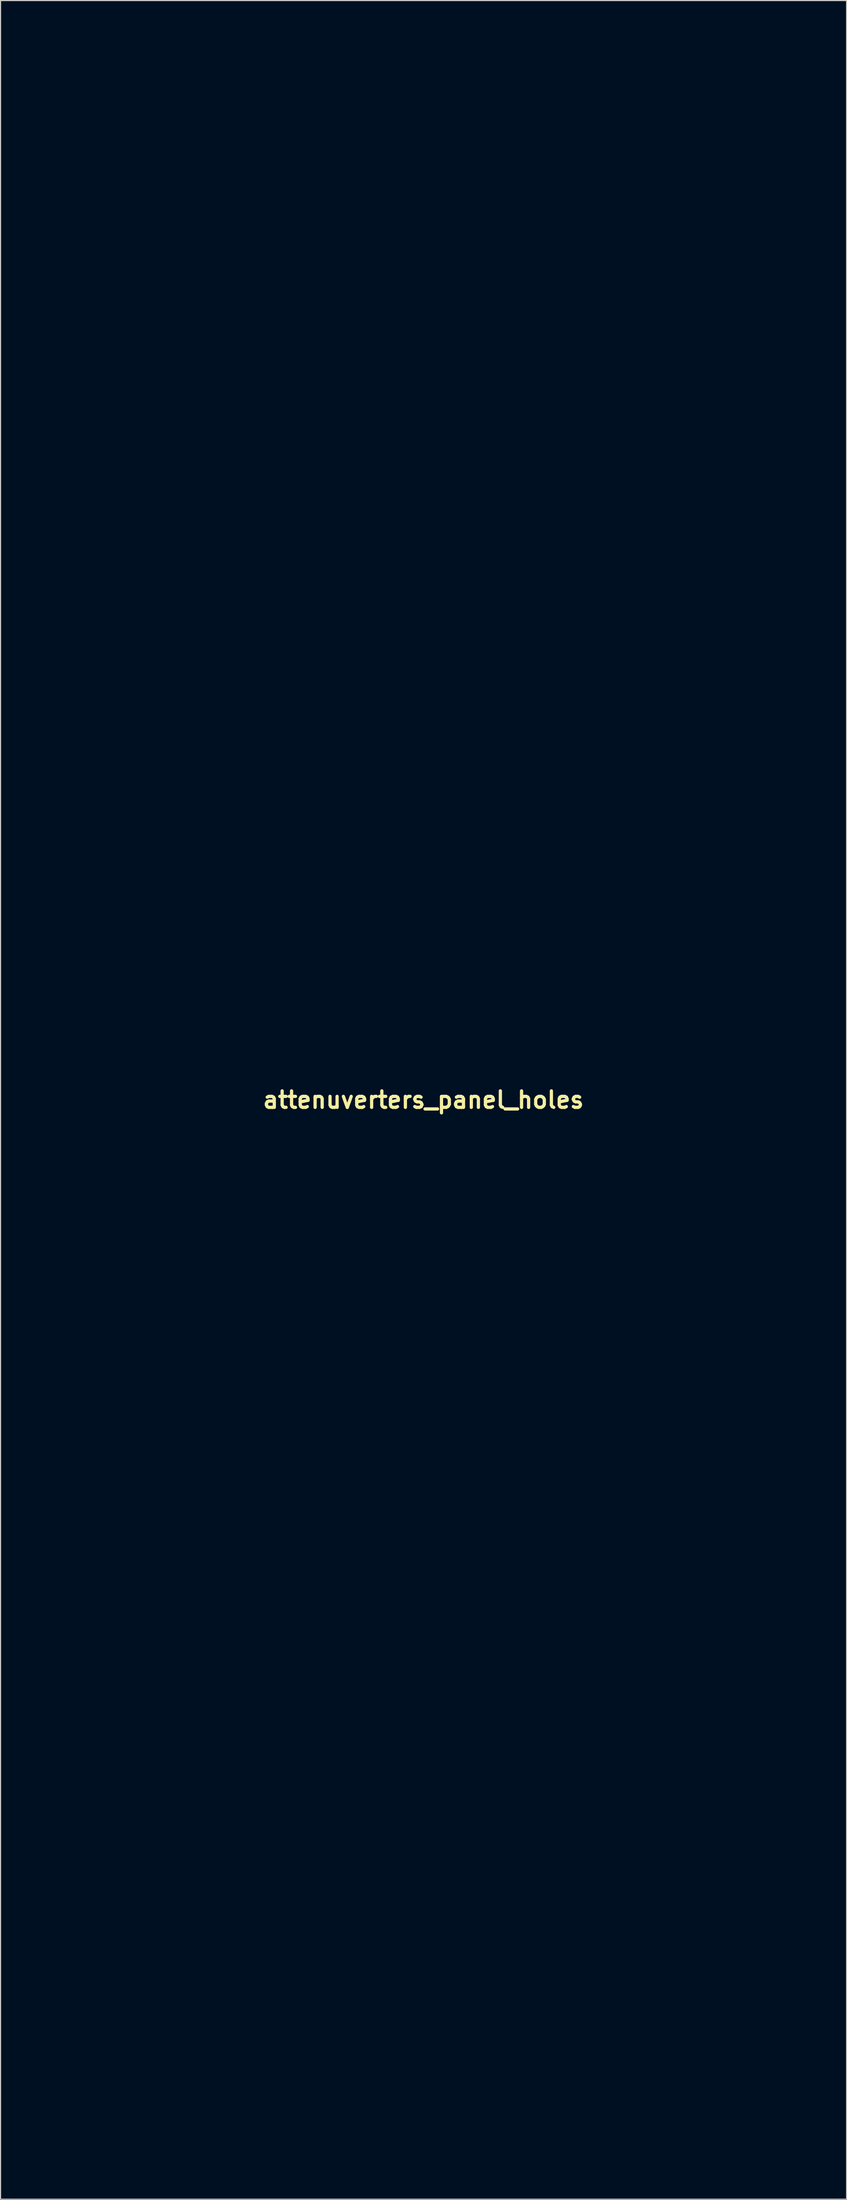
<source format=kicad_pcb>
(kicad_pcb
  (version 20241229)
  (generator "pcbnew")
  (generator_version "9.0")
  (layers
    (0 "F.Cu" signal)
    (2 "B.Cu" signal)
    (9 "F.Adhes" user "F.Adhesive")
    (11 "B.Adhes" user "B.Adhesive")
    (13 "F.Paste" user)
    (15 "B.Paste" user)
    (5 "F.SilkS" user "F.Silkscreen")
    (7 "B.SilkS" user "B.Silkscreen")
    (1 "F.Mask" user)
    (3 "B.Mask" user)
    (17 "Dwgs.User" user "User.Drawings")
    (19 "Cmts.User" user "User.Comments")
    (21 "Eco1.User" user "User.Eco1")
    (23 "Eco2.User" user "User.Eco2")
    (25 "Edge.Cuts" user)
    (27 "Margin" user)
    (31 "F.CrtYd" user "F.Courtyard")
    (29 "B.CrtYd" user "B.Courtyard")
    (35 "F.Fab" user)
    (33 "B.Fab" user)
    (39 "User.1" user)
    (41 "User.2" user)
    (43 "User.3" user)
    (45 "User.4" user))
  (footprint "attenuverters_panel_holes"
    (layer "F.Cu")
    (at 36.098 98.608)
    (property "Reference" "attenuverters_panel_holes" (at 0 0 0) (layer "F.SilkS") (effects (font (size 1.524 1.524) (thickness 0.3))))
    (attr through_hole)
    (fp_poly (pts (xy -23.952 1.143) (xy -26.035 1.143) (xy -26.022 -71.133) (xy -23.952 -71.146) (xy -23.952 1.143)) (stroke (width 0.01) (type solid)) (fill no) (layer "Eco1.User"))
    (fp_poly (pts (xy 1.041 1.143) (xy -1.016 1.143) (xy -1.016 -71.145) (xy 1.041 -71.145) (xy 1.041 1.143)) (stroke (width 0.01) (type solid)) (fill no) (layer "Eco1.User"))
    (fp_poly (pts (xy 26.048 -71.133) (xy 26.054 -34.995) (xy 26.06 1.143) (xy 23.978 1.143) (xy 23.978 -71.146) (xy 26.048 -71.133)) (stroke (width 0.01) (type solid)) (fill no) (layer "Eco1.User"))
    (fp_poly (pts (xy -24.905 -76.598) (xy -24.621 -76.557) (xy -24.356 -76.471) (xy -24.115 -76.342) (xy -23.9 -76.172) (xy -23.716 -75.964) (xy -23.564 -75.722) (xy -23.476 -75.52) (xy -23.43 -75.354) (xy -23.403 -75.159) (xy -23.396 -74.955) (xy -23.408 -74.76) (xy -23.429 -74.645) (xy -23.515 -74.384) (xy -23.643 -74.144) (xy -23.809 -73.928) (xy -24.008 -73.742) (xy -24.233 -73.593) (xy -24.48 -73.484) (xy -24.614 -73.445) (xy -24.767 -73.421) (xy -24.946 -73.41) (xy -25.131 -73.414) (xy -25.301 -73.43) (xy -25.383 -73.446) (xy -25.581 -73.513) (xy -25.784 -73.616) (xy -25.974 -73.745) (xy -26.108 -73.862) (xy -26.297 -74.082) (xy -26.438 -74.318) (xy -26.533 -74.574) (xy -26.581 -74.851) (xy -26.586 -74.917) (xy -26.579 -75.133) (xy -25.984 -75.133) (xy -25.984 -74.879) (xy -25.121 -74.879) (xy -25.121 -74.016) (xy -24.867 -74.016) (xy -24.867 -74.879) (xy -24.003 -74.879) (xy -24.003 -75.133) (xy -24.867 -75.133) (xy -24.867 -75.997) (xy -25.121 -75.997) (xy -25.121 -75.133) (xy -25.984 -75.133) (xy -26.579 -75.133) (xy -26.578 -75.196) (xy -26.523 -75.46) (xy -26.427 -75.707) (xy -26.293 -75.932) (xy -26.126 -76.131) (xy -25.929 -76.3) (xy -25.705 -76.435) (xy -25.46 -76.533) (xy -25.197 -76.589) (xy -24.92 -76.599) (xy -24.905 -76.598)) (stroke (width 0.01) (type solid)) (fill no) (layer "Eco1.User"))
    (fp_poly (pts (xy 25.161 -76.591) (xy 25.267 -76.585) (xy 25.351 -76.575) (xy 25.429 -76.556) (xy 25.515 -76.528) (xy 25.523 -76.525) (xy 25.754 -76.424) (xy 25.955 -76.297) (xy 26.141 -76.134) (xy 26.144 -76.131) (xy 26.329 -75.914) (xy 26.468 -75.679) (xy 26.546 -75.484) (xy 26.588 -75.301) (xy 26.609 -75.091) (xy 26.607 -74.874) (xy 26.583 -74.669) (xy 26.55 -74.536) (xy 26.446 -74.286) (xy 26.301 -74.057) (xy 26.122 -73.853) (xy 25.914 -73.681) (xy 25.684 -73.546) (xy 25.437 -73.455) (xy 25.397 -73.445) (xy 25.248 -73.421) (xy 25.072 -73.411) (xy 24.89 -73.413) (xy 24.723 -73.429) (xy 24.633 -73.445) (xy 24.376 -73.533) (xy 24.138 -73.666) (xy 23.923 -73.839) (xy 23.738 -74.047) (xy 23.588 -74.287) (xy 23.581 -74.3) (xy 23.498 -74.494) (xy 23.447 -74.685) (xy 23.424 -74.891) (xy 23.426 -75.082) (xy 23.432 -75.133) (xy 24.028 -75.133) (xy 24.028 -74.879) (xy 24.892 -74.879) (xy 24.892 -74.016) (xy 25.146 -74.016) (xy 25.146 -74.879) (xy 26.01 -74.879) (xy 26.01 -75.133) (xy 25.146 -75.133) (xy 25.146 -75.997) (xy 24.892 -75.997) (xy 24.892 -75.133) (xy 24.028 -75.133) (xy 23.432 -75.133) (xy 23.46 -75.362) (xy 23.537 -75.617) (xy 23.66 -75.851) (xy 23.83 -76.069) (xy 23.892 -76.134) (xy 24.083 -76.299) (xy 24.288 -76.427) (xy 24.515 -76.525) (xy 24.602 -76.554) (xy 24.68 -76.573) (xy 24.764 -76.585) (xy 24.867 -76.59) (xy 25.006 -76.592) (xy 25.019 -76.592) (xy 25.161 -76.591)) (stroke (width 0.01) (type solid)) (fill no) (layer "Eco1.User"))
    (fp_poly (pts (xy -24.326 70.046) (xy -23.867 70.129) (xy -23.414 70.256) (xy -22.97 70.428) (xy -22.538 70.644) (xy -22.122 70.906) (xy -21.812 71.141) (xy -21.669 71.266) (xy -21.509 71.419) (xy -21.345 71.588) (xy -21.188 71.761) (xy -21.051 71.923) (xy -20.993 71.997) (xy -20.716 72.407) (xy -20.479 72.846) (xy -20.286 73.308) (xy -20.138 73.79) (xy -20.06 74.143) (xy -20.035 74.32) (xy -20.017 74.532) (xy -20.006 74.767) (xy -20.002 75.012) (xy -20.005 75.255) (xy -20.015 75.482) (xy -20.032 75.681) (xy -20.05 75.806) (xy -20.149 76.259) (xy -20.277 76.678) (xy -20.438 77.073) (xy -20.636 77.457) (xy -20.84 77.787) (xy -21.132 78.181) (xy -21.46 78.54) (xy -21.819 78.865) (xy -22.207 79.152) (xy -22.62 79.401) (xy -23.055 79.61) (xy -23.507 79.776) (xy -23.973 79.899) (xy -24.45 79.977) (xy -24.933 80.007) (xy -25.42 79.989) (xy -25.489 79.982) (xy -25.984 79.906) (xy -26.462 79.783) (xy -26.923 79.615) (xy -27.361 79.405) (xy -27.776 79.154) (xy -28.164 78.865) (xy -28.522 78.541) (xy -28.849 78.182) (xy -29.14 77.792) (xy -29.394 77.372) (xy -29.607 76.925) (xy -29.741 76.568) (xy -29.873 76.09) (xy -29.957 75.605) (xy -29.992 75.116) (xy -29.986 74.879) (xy -27.483 74.879) (xy -27.483 75.133) (xy -25.121 75.133) (xy -25.121 77.495) (xy -24.867 77.495) (xy -24.867 75.133) (xy -22.504 75.133) (xy -22.504 74.879) (xy -24.867 74.879) (xy -24.867 72.517) (xy -25.121 72.517) (xy -25.121 74.879) (xy -27.483 74.879) (xy -29.986 74.879) (xy -29.979 74.627) (xy -29.919 74.142) (xy -29.812 73.666) (xy -29.658 73.201) (xy -29.459 72.752) (xy -29.214 72.322) (xy -29.197 72.296) (xy -28.904 71.89) (xy -28.581 71.522) (xy -28.23 71.193) (xy -27.855 70.903) (xy -27.457 70.652) (xy -27.041 70.442) (xy -26.609 70.271) (xy -26.165 70.142) (xy -25.712 70.055) (xy -25.252 70.009) (xy -24.789 70.006) (xy -24.326 70.046)) (stroke (width 0.01) (type solid)) (fill no) (layer "Eco1.User"))
    (fp_poly (pts (xy 25.524 20.024) (xy 26.019 20.099) (xy 26.303 20.165) (xy 26.771 20.314) (xy 27.22 20.508) (xy 27.645 20.745) (xy 28.045 21.021) (xy 28.416 21.334) (xy 28.756 21.681) (xy 29.061 22.06) (xy 29.328 22.467) (xy 29.556 22.9) (xy 29.74 23.356) (xy 29.766 23.433) (xy 29.9 23.921) (xy 29.983 24.415) (xy 30.017 24.912) (xy 30.001 25.409) (xy 29.936 25.902) (xy 29.821 26.39) (xy 29.657 26.868) (xy 29.618 26.964) (xy 29.405 27.404) (xy 29.15 27.818) (xy 28.857 28.203) (xy 28.529 28.558) (xy 28.168 28.88) (xy 27.778 29.166) (xy 27.363 29.414) (xy 26.925 29.622) (xy 26.469 29.787) (xy 25.996 29.907) (xy 25.59 29.971) (xy 25.393 29.987) (xy 25.163 29.994) (xy 24.919 29.993) (xy 24.676 29.985) (xy 24.452 29.968) (xy 24.282 29.948) (xy 23.784 29.846) (xy 23.301 29.696) (xy 22.836 29.5) (xy 22.392 29.257) (xy 21.972 28.97) (xy 21.958 28.96) (xy 21.842 28.864) (xy 21.705 28.741) (xy 21.556 28.6) (xy 21.409 28.453) (xy 21.272 28.311) (xy 21.159 28.183) (xy 21.126 28.143) (xy 20.83 27.738) (xy 20.579 27.31) (xy 20.374 26.863) (xy 20.214 26.399) (xy 20.101 25.922) (xy 20.036 25.434) (xy 20.018 24.938) (xy 20.023 24.867) (xy 22.53 24.867) (xy 22.53 25.12) (xy 24.879 25.133) (xy 24.893 27.508) (xy 25.146 27.508) (xy 25.146 25.121) (xy 27.508 25.121) (xy 27.508 24.867) (xy 25.146 24.867) (xy 25.146 22.504) (xy 24.892 22.504) (xy 24.892 24.867) (xy 22.53 24.867) (xy 20.023 24.867) (xy 20.049 24.437) (xy 20.129 23.933) (xy 20.171 23.749) (xy 20.3 23.323) (xy 20.475 22.9) (xy 20.694 22.488) (xy 20.95 22.094) (xy 21.242 21.725) (xy 21.487 21.463) (xy 21.861 21.125) (xy 22.261 20.83) (xy 22.684 20.578) (xy 23.127 20.37) (xy 23.586 20.208) (xy 24.059 20.091) (xy 24.541 20.021) (xy 25.031 19.998) (xy 25.524 20.024)) (stroke (width 0.01) (type solid)) (fill no) (layer "Eco1.User"))
    (fp_poly (pts (xy -24.747 46.515) (xy -24.546 46.53) (xy -24.408 46.548) (xy -24.005 46.641) (xy -23.623 46.779) (xy -23.264 46.957) (xy -22.931 47.173) (xy -22.625 47.423) (xy -22.351 47.706) (xy -22.11 48.016) (xy -21.905 48.352) (xy -21.738 48.71) (xy -21.612 49.086) (xy -21.53 49.479) (xy -21.493 49.883) (xy -21.496 50.149) (xy -21.522 50.471) (xy -21.573 50.766) (xy -21.652 51.057) (xy -21.671 51.115) (xy -21.825 51.496) (xy -22.023 51.855) (xy -22.262 52.189) (xy -22.537 52.494) (xy -22.847 52.766) (xy -23.186 53.001) (xy -23.553 53.195) (xy -23.627 53.228) (xy -23.806 53.296) (xy -24.01 53.36) (xy -24.22 53.415) (xy -24.421 53.455) (xy -24.594 53.478) (xy -24.603 53.479) (xy -24.717 53.488) (xy -24.829 53.496) (xy -24.914 53.502) (xy -24.917 53.502) (xy -24.997 53.504) (xy -25.106 53.501) (xy -25.226 53.494) (xy -25.26 53.491) (xy -25.499 53.466) (xy -25.712 53.429) (xy -25.923 53.377) (xy -26.06 53.335) (xy -26.439 53.188) (xy -26.797 52.998) (xy -27.131 52.767) (xy -27.437 52.499) (xy -27.711 52.199) (xy -27.949 51.871) (xy -28.148 51.517) (xy -28.303 51.143) (xy -28.329 51.063) (xy -28.393 50.841) (xy -28.438 50.634) (xy -28.467 50.426) (xy -28.481 50.198) (xy -28.484 50) (xy -28.482 49.86) (xy -27.483 49.86) (xy -27.483 50.14) (xy -25.121 50.14) (xy -25.121 52.502) (xy -24.867 52.502) (xy -24.867 50.14) (xy -22.504 50.14) (xy -22.504 49.86) (xy -24.867 49.86) (xy -24.867 47.498) (xy -25.121 47.498) (xy -25.121 49.86) (xy -27.483 49.86) (xy -28.482 49.86) (xy -28.48 49.774) (xy -28.47 49.587) (xy -28.45 49.43) (xy -28.439 49.368) (xy -28.332 48.952) (xy -28.181 48.559) (xy -27.989 48.193) (xy -27.759 47.856) (xy -27.493 47.55) (xy -27.193 47.278) (xy -26.862 47.042) (xy -26.502 46.844) (xy -26.117 46.688) (xy -25.707 46.574) (xy -25.556 46.545) (xy -25.387 46.524) (xy -25.185 46.512) (xy -24.966 46.509) (xy -24.747 46.515)) (stroke (width 0.01) (type solid)) (fill no) (layer "Eco1.User"))
    (fp_poly (pts (xy -24.397 20.034) (xy -23.897 20.12) (xy -23.744 20.156) (xy -23.282 20.299) (xy -22.834 20.488) (xy -22.404 20.721) (xy -21.999 20.994) (xy -21.622 21.304) (xy -21.279 21.648) (xy -21.031 21.946) (xy -20.741 22.367) (xy -20.498 22.807) (xy -20.301 23.264) (xy -20.152 23.736) (xy -20.051 24.22) (xy -19.999 24.713) (xy -19.996 25.214) (xy -20.042 25.72) (xy -20.094 26.022) (xy -20.203 26.448) (xy -20.356 26.875) (xy -20.55 27.293) (xy -20.779 27.694) (xy -21.039 28.066) (xy -21.1 28.143) (xy -21.203 28.262) (xy -21.332 28.401) (xy -21.477 28.548) (xy -21.626 28.692) (xy -21.769 28.823) (xy -21.894 28.929) (xy -21.933 28.96) (xy -22.351 29.248) (xy -22.79 29.491) (xy -23.253 29.689) (xy -23.741 29.843) (xy -24.156 29.936) (xy -24.293 29.955) (xy -24.469 29.97) (xy -24.671 29.981) (xy -24.888 29.987) (xy -25.107 29.988) (xy -25.316 29.984) (xy -25.504 29.975) (xy -25.657 29.961) (xy -25.676 29.958) (xy -26.167 29.864) (xy -26.639 29.723) (xy -27.091 29.539) (xy -27.52 29.314) (xy -27.924 29.05) (xy -28.299 28.75) (xy -28.643 28.416) (xy -28.954 28.05) (xy -29.23 27.654) (xy -29.467 27.232) (xy -29.664 26.785) (xy -29.817 26.315) (xy -29.895 25.987) (xy -29.969 25.495) (xy -29.994 25.007) (xy -29.988 24.867) (xy -27.483 24.867) (xy -27.483 25.121) (xy -25.121 25.121) (xy -25.121 27.508) (xy -24.867 27.508) (xy -24.867 25.121) (xy -22.504 25.121) (xy -22.504 24.867) (xy -24.867 24.867) (xy -24.867 22.504) (xy -25.121 22.504) (xy -25.121 24.867) (xy -27.483 24.867) (xy -29.988 24.867) (xy -29.972 24.524) (xy -29.903 24.05) (xy -29.79 23.588) (xy -29.635 23.14) (xy -29.438 22.71) (xy -29.201 22.3) (xy -28.926 21.914) (xy -28.616 21.554) (xy -28.27 21.224) (xy -27.891 20.926) (xy -27.48 20.664) (xy -27.04 20.439) (xy -26.853 20.36) (xy -26.373 20.194) (xy -25.887 20.079) (xy -25.394 20.014) (xy -24.897 19.999) (xy -24.397 20.034)) (stroke (width 0.01) (type solid)) (fill no) (layer "Eco1.User"))
    (fp_poly (pts (xy 25.283 70.01) (xy 25.785 70.06) (xy 26.045 70.106) (xy 26.511 70.226) (xy 26.964 70.393) (xy 27.4 70.604) (xy 27.814 70.858) (xy 28.204 71.151) (xy 28.564 71.48) (xy 28.891 71.843) (xy 29.173 72.225) (xy 29.43 72.654) (xy 29.639 73.096) (xy 29.802 73.547) (xy 29.919 74.006) (xy 29.991 74.469) (xy 30.019 74.933) (xy 30.004 75.395) (xy 29.946 75.852) (xy 29.847 76.301) (xy 29.707 76.739) (xy 29.527 77.163) (xy 29.308 77.571) (xy 29.05 77.958) (xy 28.755 78.323) (xy 28.424 78.662) (xy 28.057 78.972) (xy 27.654 79.25) (xy 27.218 79.493) (xy 27.147 79.527) (xy 26.709 79.71) (xy 26.248 79.849) (xy 25.773 79.946) (xy 25.291 79.997) (xy 24.809 80.002) (xy 24.511 79.981) (xy 24.029 79.906) (xy 23.551 79.781) (xy 23.08 79.607) (xy 22.771 79.464) (xy 22.331 79.215) (xy 21.924 78.929) (xy 21.551 78.607) (xy 21.214 78.251) (xy 20.915 77.864) (xy 20.654 77.447) (xy 20.434 77.003) (xy 20.256 76.533) (xy 20.122 76.041) (xy 20.062 75.73) (xy 20.045 75.585) (xy 20.034 75.401) (xy 20.028 75.191) (xy 20.029 74.966) (xy 20.031 74.879) (xy 22.53 74.879) (xy 22.53 75.133) (xy 24.892 75.133) (xy 24.892 77.495) (xy 25.146 77.495) (xy 25.146 75.133) (xy 27.508 75.133) (xy 27.508 74.879) (xy 25.146 74.879) (xy 25.146 72.517) (xy 24.892 72.517) (xy 24.892 74.879) (xy 22.53 74.879) (xy 20.031 74.879) (xy 20.034 74.74) (xy 20.045 74.523) (xy 20.061 74.329) (xy 20.081 74.168) (xy 20.086 74.143) (xy 20.202 73.646) (xy 20.366 73.165) (xy 20.575 72.704) (xy 20.829 72.266) (xy 21.017 71.996) (xy 21.117 71.873) (xy 21.246 71.728) (xy 21.394 71.571) (xy 21.553 71.412) (xy 21.711 71.26) (xy 21.859 71.127) (xy 21.987 71.021) (xy 22.009 71.005) (xy 22.429 70.723) (xy 22.87 70.487) (xy 23.329 70.296) (xy 23.803 70.153) (xy 24.289 70.057) (xy 24.783 70.009) (xy 25.283 70.01)) (stroke (width 0.01) (type solid)) (fill no) (layer "Eco1.User"))
    (fp_poly (pts (xy 34.12 95.406) (xy 34.295 95.407) (xy 34.439 95.409) (xy 34.555 95.412) (xy 34.649 95.416) (xy 34.723 95.42) (xy 34.782 95.426) (xy 34.83 95.434) (xy 34.863 95.44) (xy 35.128 95.524) (xy 35.371 95.65) (xy 35.586 95.813) (xy 35.77 96.009) (xy 35.919 96.232) (xy 36.029 96.478) (xy 36.097 96.742) (xy 36.119 97.003) (xy 36.095 97.282) (xy 36.024 97.547) (xy 35.911 97.792) (xy 35.758 98.013) (xy 35.57 98.207) (xy 35.351 98.367) (xy 35.102 98.49) (xy 34.906 98.554) (xy 34.864 98.564) (xy 34.821 98.572) (xy 34.773 98.579) (xy 34.715 98.585) (xy 34.642 98.59) (xy 34.552 98.594) (xy 34.439 98.597) (xy 34.3 98.598) (xy 34.131 98.6) (xy 33.927 98.6) (xy 33.683 98.6) (xy 33.397 98.6) (xy 33.111 98.599) (xy 32.829 98.599) (xy 32.56 98.598) (xy 32.31 98.596) (xy 32.083 98.595) (xy 31.883 98.593) (xy 31.715 98.591) (xy 31.584 98.589) (xy 31.493 98.588) (xy 31.448 98.586) (xy 31.445 98.585) (xy 31.308 98.551) (xy 31.148 98.494) (xy 30.986 98.421) (xy 30.962 98.409) (xy 30.737 98.264) (xy 30.537 98.078) (xy 30.367 97.857) (xy 30.234 97.607) (xy 30.217 97.566) (xy 30.185 97.487) (xy 30.164 97.421) (xy 30.15 97.355) (xy 30.142 97.279) (xy 30.139 97.179) (xy 30.138 97.043) (xy 30.138 97.003) (xy 30.138 96.856) (xy 30.141 96.749) (xy 30.147 96.667) (xy 30.16 96.6) (xy 30.179 96.535) (xy 30.208 96.46) (xy 30.217 96.439) (xy 30.347 96.178) (xy 30.512 95.952) (xy 30.715 95.76) (xy 30.956 95.6) (xy 31.235 95.472) (xy 31.265 95.46) (xy 31.296 95.451) (xy 31.331 95.443) (xy 31.373 95.436) (xy 31.428 95.43) (xy 31.499 95.426) (xy 31.59 95.422) (xy 31.705 95.419) (xy 31.848 95.416) (xy 32.023 95.414) (xy 32.234 95.412) (xy 32.485 95.411) (xy 32.779 95.409) (xy 33.033 95.408) (xy 33.371 95.407) (xy 33.662 95.406) (xy 33.911 95.405) (xy 34.12 95.406)) (stroke (width 0.01) (type solid)) (fill no) (layer "Eco1.User"))
    (fp_poly (pts (xy -32.03 -98.599) (xy -31.846 -98.597) (xy -31.692 -98.593) (xy -31.563 -98.587) (xy -31.457 -98.579) (xy -31.368 -98.568) (xy -31.293 -98.554) (xy -31.227 -98.537) (xy -31.167 -98.516) (xy -31.108 -98.49) (xy -31.046 -98.461) (xy -30.976 -98.427) (xy -30.975 -98.426) (xy -30.745 -98.286) (xy -30.54 -98.107) (xy -30.368 -97.897) (xy -30.234 -97.663) (xy -30.174 -97.509) (xy -30.146 -97.416) (xy -30.128 -97.329) (xy -30.117 -97.234) (xy -30.113 -97.114) (xy -30.112 -97.003) (xy -30.12 -96.776) (xy -30.149 -96.583) (xy -30.203 -96.41) (xy -30.284 -96.242) (xy -30.359 -96.122) (xy -30.524 -95.912) (xy -30.717 -95.737) (xy -30.944 -95.591) (xy -31.21 -95.471) (xy -31.24 -95.46) (xy -31.27 -95.451) (xy -31.304 -95.443) (xy -31.346 -95.436) (xy -31.4 -95.43) (xy -31.47 -95.426) (xy -31.56 -95.422) (xy -31.673 -95.419) (xy -31.814 -95.417) (xy -31.987 -95.415) (xy -32.195 -95.413) (xy -32.442 -95.412) (xy -32.733 -95.411) (xy -33.033 -95.41) (xy -33.367 -95.409) (xy -33.655 -95.408) (xy -33.901 -95.408) (xy -34.107 -95.408) (xy -34.279 -95.409) (xy -34.42 -95.411) (xy -34.534 -95.413) (xy -34.626 -95.417) (xy -34.699 -95.421) (xy -34.758 -95.427) (xy -34.805 -95.433) (xy -34.846 -95.441) (xy -34.885 -95.451) (xy -34.89 -95.452) (xy -35.153 -95.546) (xy -35.388 -95.679) (xy -35.593 -95.844) (xy -35.766 -96.038) (xy -35.904 -96.255) (xy -36.006 -96.491) (xy -36.069 -96.74) (xy -36.092 -96.997) (xy -36.073 -97.257) (xy -36.008 -97.516) (xy -35.897 -97.768) (xy -35.872 -97.813) (xy -35.719 -98.026) (xy -35.527 -98.216) (xy -35.305 -98.377) (xy -35.063 -98.501) (xy -34.976 -98.534) (xy -34.942 -98.545) (xy -34.908 -98.554) (xy -34.871 -98.563) (xy -34.827 -98.57) (xy -34.77 -98.575) (xy -34.698 -98.58) (xy -34.607 -98.584) (xy -34.492 -98.587) (xy -34.349 -98.589) (xy -34.175 -98.591) (xy -33.965 -98.593) (xy -33.716 -98.595) (xy -33.423 -98.596) (xy -33.151 -98.597) (xy -32.805 -98.599) (xy -32.505 -98.6) (xy -32.249 -98.6) (xy -32.03 -98.599)) (stroke (width 0.01) (type solid)) (fill no) (layer "Eco1.User"))
    (fp_poly (pts (xy -32.442 95.415) (xy -32.187 95.416) (xy -31.971 95.417) (xy -31.789 95.419) (xy -31.638 95.423) (xy -31.512 95.429) (xy -31.409 95.437) (xy -31.324 95.447) (xy -31.253 95.46) (xy -31.192 95.477) (xy -31.137 95.497) (xy -31.083 95.52) (xy -31.027 95.549) (xy -30.965 95.581) (xy -30.935 95.597) (xy -30.72 95.735) (xy -30.526 95.913) (xy -30.36 96.121) (xy -30.231 96.35) (xy -30.174 96.496) (xy -30.146 96.589) (xy -30.128 96.676) (xy -30.117 96.772) (xy -30.113 96.892) (xy -30.112 97.003) (xy -30.12 97.229) (xy -30.149 97.422) (xy -30.203 97.595) (xy -30.284 97.763) (xy -30.359 97.883) (xy -30.524 98.093) (xy -30.717 98.268) (xy -30.944 98.414) (xy -31.21 98.534) (xy -31.24 98.545) (xy -31.27 98.554) (xy -31.304 98.562) (xy -31.346 98.569) (xy -31.4 98.575) (xy -31.47 98.579) (xy -31.56 98.583) (xy -31.673 98.586) (xy -31.814 98.588) (xy -31.987 98.59) (xy -32.195 98.592) (xy -32.442 98.593) (xy -32.733 98.594) (xy -33.033 98.595) (xy -33.367 98.596) (xy -33.655 98.597) (xy -33.901 98.597) (xy -34.107 98.597) (xy -34.279 98.596) (xy -34.42 98.594) (xy -34.534 98.592) (xy -34.626 98.588) (xy -34.699 98.584) (xy -34.758 98.579) (xy -34.805 98.572) (xy -34.846 98.564) (xy -34.885 98.554) (xy -34.89 98.553) (xy -35.154 98.459) (xy -35.389 98.327) (xy -35.594 98.161) (xy -35.766 97.967) (xy -35.904 97.75) (xy -36.006 97.514) (xy -36.07 97.265) (xy -36.093 97.008) (xy -36.073 96.748) (xy -36.008 96.489) (xy -35.897 96.237) (xy -35.872 96.192) (xy -35.718 95.977) (xy -35.525 95.787) (xy -35.303 95.627) (xy -35.062 95.507) (xy -34.963 95.471) (xy -34.927 95.46) (xy -34.892 95.451) (xy -34.854 95.443) (xy -34.809 95.436) (xy -34.753 95.43) (xy -34.682 95.426) (xy -34.592 95.422) (xy -34.48 95.42) (xy -34.34 95.418) (xy -34.17 95.417) (xy -33.964 95.416) (xy -33.721 95.415) (xy -33.434 95.415) (xy -33.101 95.415) (xy -33.084 95.415) (xy -32.739 95.415) (xy -32.442 95.415)) (stroke (width 0.01) (type solid)) (fill no) (layer "Eco1.User"))
    (fp_poly (pts (xy 33.44 -98.603) (xy 33.72 -98.602) (xy 33.958 -98.602) (xy 34.157 -98.601) (xy 34.322 -98.599) (xy 34.458 -98.597) (xy 34.567 -98.593) (xy 34.655 -98.589) (xy 34.725 -98.584) (xy 34.782 -98.578) (xy 34.83 -98.571) (xy 34.873 -98.562) (xy 34.906 -98.554) (xy 35.177 -98.459) (xy 35.422 -98.323) (xy 35.635 -98.149) (xy 35.815 -97.941) (xy 35.957 -97.701) (xy 36.058 -97.433) (xy 36.07 -97.39) (xy 36.115 -97.117) (xy 36.112 -96.848) (xy 36.064 -96.587) (xy 35.974 -96.34) (xy 35.845 -96.112) (xy 35.68 -95.906) (xy 35.483 -95.729) (xy 35.255 -95.585) (xy 34.999 -95.478) (xy 34.906 -95.452) (xy 34.865 -95.442) (xy 34.822 -95.433) (xy 34.773 -95.426) (xy 34.715 -95.42) (xy 34.643 -95.415) (xy 34.553 -95.411) (xy 34.441 -95.409) (xy 34.302 -95.407) (xy 34.133 -95.406) (xy 33.929 -95.405) (xy 33.686 -95.405) (xy 33.4 -95.405) (xy 33.111 -95.406) (xy 32.829 -95.407) (xy 32.56 -95.408) (xy 32.31 -95.409) (xy 32.083 -95.41) (xy 31.883 -95.412) (xy 31.715 -95.414) (xy 31.584 -95.416) (xy 31.493 -95.418) (xy 31.448 -95.42) (xy 31.445 -95.42) (xy 31.308 -95.454) (xy 31.148 -95.511) (xy 30.986 -95.584) (xy 30.962 -95.596) (xy 30.737 -95.741) (xy 30.537 -95.927) (xy 30.367 -96.148) (xy 30.234 -96.398) (xy 30.217 -96.439) (xy 30.185 -96.518) (xy 30.164 -96.585) (xy 30.15 -96.65) (xy 30.142 -96.727) (xy 30.139 -96.827) (xy 30.138 -96.962) (xy 30.138 -97.003) (xy 30.138 -97.149) (xy 30.141 -97.257) (xy 30.147 -97.338) (xy 30.16 -97.405) (xy 30.179 -97.47) (xy 30.208 -97.545) (xy 30.217 -97.566) (xy 30.349 -97.829) (xy 30.518 -98.058) (xy 30.723 -98.252) (xy 30.962 -98.409) (xy 30.988 -98.422) (xy 31.056 -98.457) (xy 31.117 -98.487) (xy 31.177 -98.513) (xy 31.238 -98.534) (xy 31.306 -98.552) (xy 31.385 -98.567) (xy 31.477 -98.578) (xy 31.589 -98.587) (xy 31.724 -98.593) (xy 31.886 -98.597) (xy 32.079 -98.6) (xy 32.308 -98.602) (xy 32.577 -98.603) (xy 32.89 -98.603) (xy 33.113 -98.603) (xy 33.44 -98.603)) (stroke (width 0.01) (type solid)) (fill no) (layer "Eco1.User"))
    (fp_poly (pts (xy 0.165 45.016) (xy 0.367 45.023) (xy 0.53 45.03) (xy 0.666 45.041) (xy 0.786 45.055) (xy 0.903 45.075) (xy 1.004 45.095) (xy 1.5 45.225) (xy 1.973 45.4) (xy 2.422 45.619) (xy 2.846 45.882) (xy 3.244 46.188) (xy 3.545 46.467) (xy 3.889 46.847) (xy 4.188 47.25) (xy 4.442 47.676) (xy 4.651 48.125) (xy 4.814 48.597) (xy 4.932 49.091) (xy 4.966 49.29) (xy 4.988 49.493) (xy 5.002 49.73) (xy 5.007 49.985) (xy 5.003 50.24) (xy 4.99 50.48) (xy 4.969 50.688) (xy 4.966 50.71) (xy 4.866 51.213) (xy 4.719 51.695) (xy 4.528 52.156) (xy 4.291 52.593) (xy 4.01 53.007) (xy 3.685 53.394) (xy 3.635 53.448) (xy 3.274 53.791) (xy 2.883 54.095) (xy 2.467 54.357) (xy 2.029 54.577) (xy 1.572 54.753) (xy 1.101 54.883) (xy 0.617 54.967) (xy 0.126 55.003) (xy -0.356 54.99) (xy -0.851 54.928) (xy -1.331 54.819) (xy -1.792 54.666) (xy -2.232 54.471) (xy -2.648 54.236) (xy -3.039 53.963) (xy -3.401 53.656) (xy -3.733 53.315) (xy -4.032 52.943) (xy -4.295 52.543) (xy -4.52 52.117) (xy -4.704 51.667) (xy -4.846 51.196) (xy -4.941 50.711) (xy -4.963 50.508) (xy -4.977 50.272) (xy -4.981 50.019) (xy -4.979 49.86) (xy -2.489 49.86) (xy -2.489 50.14) (xy -0.127 50.14) (xy -0.127 52.502) (xy 0.152 52.502) (xy 0.152 50.14) (xy 2.517 50.14) (xy 2.502 49.873) (xy 1.327 49.866) (xy 0.153 49.86) (xy 0.146 48.685) (xy 0.14 47.511) (xy -0.114 47.511) (xy -0.128 49.86) (xy -2.489 49.86) (xy -4.979 49.86) (xy -4.978 49.765) (xy -4.965 49.526) (xy -4.944 49.319) (xy -4.94 49.29) (xy -4.841 48.795) (xy -4.697 48.32) (xy -4.509 47.866) (xy -4.28 47.436) (xy -4.012 47.033) (xy -3.708 46.659) (xy -3.368 46.316) (xy -2.997 46.007) (xy -2.595 45.734) (xy -2.165 45.5) (xy -1.71 45.307) (xy -1.23 45.157) (xy -1.194 45.148) (xy -0.962 45.095) (xy -0.745 45.056) (xy -0.528 45.03) (xy -0.299 45.016) (xy -0.043 45.013) (xy 0.165 45.016)) (stroke (width 0.01) (type solid)) (fill no) (layer "Eco1.User"))
    (fp_poly (pts (xy 0.133 70.01) (xy 0.366 70.019) (xy 0.585 70.034) (xy 0.775 70.056) (xy 0.826 70.064) (xy 1.286 70.165) (xy 1.74 70.31) (xy 2.178 70.495) (xy 2.593 70.717) (xy 2.975 70.971) (xy 3.048 71.026) (xy 3.436 71.358) (xy 3.786 71.722) (xy 4.095 72.115) (xy 4.363 72.536) (xy 4.587 72.981) (xy 4.767 73.449) (xy 4.865 73.787) (xy 4.955 74.241) (xy 5.002 74.712) (xy 5.006 75.19) (xy 4.968 75.667) (xy 4.886 76.131) (xy 4.861 76.238) (xy 4.717 76.707) (xy 4.529 77.155) (xy 4.298 77.58) (xy 4.029 77.979) (xy 3.724 78.35) (xy 3.385 78.69) (xy 3.015 78.997) (xy 2.617 79.268) (xy 2.194 79.5) (xy 1.749 79.692) (xy 1.284 79.84) (xy 0.803 79.942) (xy 0.773 79.947) (xy 0.664 79.961) (xy 0.523 79.973) (xy 0.364 79.984) (xy 0.196 79.993) (xy 0.032 79.999) (xy -0.118 80.002) (xy -0.243 80.001) (xy -0.33 79.997) (xy -0.343 79.995) (xy -0.402 79.988) (xy -0.495 79.976) (xy -0.607 79.963) (xy -0.66 79.957) (xy -0.985 79.904) (xy -1.33 79.818) (xy -1.684 79.705) (xy -2.03 79.568) (xy -2.122 79.527) (xy -2.506 79.325) (xy -2.881 79.079) (xy -3.24 78.795) (xy -3.577 78.479) (xy -3.882 78.137) (xy -4.149 77.776) (xy -4.15 77.774) (xy -4.401 77.354) (xy -4.61 76.907) (xy -4.776 76.438) (xy -4.897 75.954) (xy -4.94 75.705) (xy -4.962 75.511) (xy -4.976 75.285) (xy -4.981 75.041) (xy -4.98 74.879) (xy -2.489 74.879) (xy -2.489 75.133) (xy -0.127 75.133) (xy -0.127 77.495) (xy 0.152 77.495) (xy 0.152 75.133) (xy 2.515 75.133) (xy 2.515 74.879) (xy 0.152 74.879) (xy 0.152 72.517) (xy -0.127 72.517) (xy -0.127 74.879) (xy -2.489 74.879) (xy -4.98 74.879) (xy -4.979 74.795) (xy -4.969 74.563) (xy -4.951 74.361) (xy -4.942 74.298) (xy -4.849 73.826) (xy -4.715 73.367) (xy -4.542 72.93) (xy -4.333 72.522) (xy -4.291 72.451) (xy -4.007 72.029) (xy -3.688 71.641) (xy -3.336 71.291) (xy -2.953 70.978) (xy -2.543 70.706) (xy -2.108 70.475) (xy -1.651 70.287) (xy -1.174 70.145) (xy -0.68 70.049) (xy -0.495 70.026) (xy -0.314 70.013) (xy -0.099 70.008) (xy 0.133 70.01)) (stroke (width 0.01) (type solid)) (fill no) (layer "Eco1.User"))
    (fp_poly (pts (xy 0.372 20.012) (xy 0.886 20.081) (xy 1.381 20.195) (xy 1.855 20.354) (xy 2.306 20.557) (xy 2.733 20.803) (xy 3.132 21.09) (xy 3.502 21.418) (xy 3.842 21.784) (xy 4.148 22.189) (xy 4.198 22.263) (xy 4.443 22.679) (xy 4.648 23.123) (xy 4.81 23.588) (xy 4.927 24.067) (xy 4.966 24.295) (xy 4.988 24.488) (xy 5.001 24.714) (xy 5.007 24.957) (xy 5.004 25.202) (xy 4.994 25.433) (xy 4.977 25.635) (xy 4.968 25.701) (xy 4.868 26.197) (xy 4.724 26.673) (xy 4.537 27.127) (xy 4.31 27.556) (xy 4.045 27.958) (xy 3.744 28.331) (xy 3.41 28.673) (xy 3.044 28.981) (xy 2.65 29.252) (xy 2.228 29.486) (xy 1.783 29.68) (xy 1.315 29.83) (xy 0.828 29.936) (xy 0.664 29.96) (xy 0.55 29.972) (xy 0.401 29.981) (xy 0.231 29.988) (xy 0.051 29.992) (xy -0.126 29.993) (xy -0.286 29.992) (xy -0.419 29.987) (xy -0.495 29.981) (xy -1.014 29.894) (xy -1.509 29.763) (xy -1.981 29.586) (xy -2.429 29.365) (xy -2.853 29.1) (xy -2.902 29.064) (xy -3.294 28.752) (xy -3.65 28.406) (xy -3.968 28.027) (xy -4.247 27.62) (xy -4.485 27.186) (xy -4.68 26.729) (xy -4.83 26.252) (xy -4.935 25.757) (xy -4.953 25.629) (xy -4.969 25.465) (xy -4.979 25.265) (xy -4.982 25.044) (xy -4.979 24.867) (xy -2.489 24.867) (xy -2.489 25.121) (xy -0.127 25.121) (xy -0.127 26.297) (xy -0.127 26.537) (xy -0.126 26.761) (xy -0.124 26.965) (xy -0.122 27.143) (xy -0.119 27.289) (xy -0.116 27.4) (xy -0.112 27.469) (xy -0.109 27.492) (xy -0.075 27.502) (xy -0.009 27.504) (xy 0.024 27.503) (xy 0.14 27.495) (xy 0.153 25.121) (xy 2.515 25.121) (xy 2.515 24.867) (xy 0.152 24.867) (xy 0.152 22.504) (xy -0.127 22.504) (xy -0.127 24.867) (xy -2.489 24.867) (xy -4.979 24.867) (xy -4.978 24.818) (xy -4.969 24.6) (xy -4.954 24.406) (xy -4.94 24.295) (xy -4.842 23.8) (xy -4.698 23.322) (xy -4.509 22.864) (xy -4.277 22.43) (xy -4.004 22.021) (xy -3.693 21.642) (xy -3.344 21.294) (xy -2.959 20.98) (xy -2.731 20.821) (xy -2.312 20.576) (xy -1.872 20.372) (xy -1.416 20.211) (xy -0.95 20.094) (xy -0.479 20.022) (xy -0.01 19.997) (xy 0.372 20.012)) (stroke (width 0.01) (type solid)) (fill no) (layer "Eco1.User"))
    (fp_poly (pts (xy 25.032 45.023) (xy 25.233 45.023) (xy 25.392 45.025) (xy 25.52 45.028) (xy 25.625 45.034) (xy 25.716 45.043) (xy 25.804 45.056) (xy 25.897 45.073) (xy 25.997 45.094) (xy 26.477 45.22) (xy 26.943 45.389) (xy 27.387 45.6) (xy 27.804 45.848) (xy 28.181 46.127) (xy 28.321 46.249) (xy 28.477 46.398) (xy 28.638 46.562) (xy 28.793 46.729) (xy 28.93 46.888) (xy 29.026 47.009) (xy 29.305 47.427) (xy 29.538 47.863) (xy 29.726 48.313) (xy 29.867 48.775) (xy 29.962 49.246) (xy 30.012 49.721) (xy 30.016 50.199) (xy 29.974 50.674) (xy 29.886 51.145) (xy 29.753 51.609) (xy 29.574 52.06) (xy 29.35 52.498) (xy 29.08 52.917) (xy 28.914 53.137) (xy 28.597 53.495) (xy 28.242 53.823) (xy 27.854 54.116) (xy 27.44 54.373) (xy 27.004 54.59) (xy 26.551 54.763) (xy 26.086 54.89) (xy 25.973 54.913) (xy 25.868 54.931) (xy 25.733 54.949) (xy 25.581 54.967) (xy 25.422 54.983) (xy 25.268 54.997) (xy 25.13 55.007) (xy 25.019 55.013) (xy 24.946 55.013) (xy 24.943 55.012) (xy 24.903 55.009) (xy 24.825 55.003) (xy 24.72 54.996) (xy 24.624 54.989) (xy 24.209 54.938) (xy 23.783 54.846) (xy 23.361 54.718) (xy 22.954 54.557) (xy 22.575 54.368) (xy 22.463 54.303) (xy 22.043 54.021) (xy 21.658 53.704) (xy 21.31 53.354) (xy 20.999 52.975) (xy 20.727 52.57) (xy 20.497 52.141) (xy 20.31 51.691) (xy 20.167 51.224) (xy 20.07 50.742) (xy 20.021 50.247) (xy 20.015 50) (xy 20.022 49.86) (xy 22.53 49.86) (xy 22.53 50.14) (xy 24.892 50.14) (xy 24.892 52.502) (xy 25.146 52.502) (xy 25.146 50.14) (xy 27.508 50.14) (xy 27.508 49.86) (xy 25.146 49.86) (xy 25.146 47.498) (xy 24.892 47.498) (xy 24.892 49.86) (xy 22.53 49.86) (xy 20.022 49.86) (xy 20.04 49.505) (xy 20.112 49.021) (xy 20.231 48.551) (xy 20.393 48.098) (xy 20.597 47.665) (xy 20.84 47.255) (xy 21.121 46.869) (xy 21.437 46.512) (xy 21.786 46.186) (xy 22.166 45.893) (xy 22.575 45.637) (xy 23.011 45.42) (xy 23.472 45.245) (xy 23.627 45.198) (xy 23.814 45.146) (xy 23.976 45.105) (xy 24.123 45.074) (xy 24.267 45.052) (xy 24.419 45.037) (xy 24.588 45.028) (xy 24.786 45.024) (xy 25.024 45.023) (xy 25.032 45.023)) (stroke (width 0.01) (type solid)) (fill no) (layer "Eco1.User")))
  (gr_rect
    (start -3 -3)
    (end 75.221 200.213)
    (stroke (width 0.1) (type default))
    (fill no)
    (layer "Edge.Cuts")))
</source>
